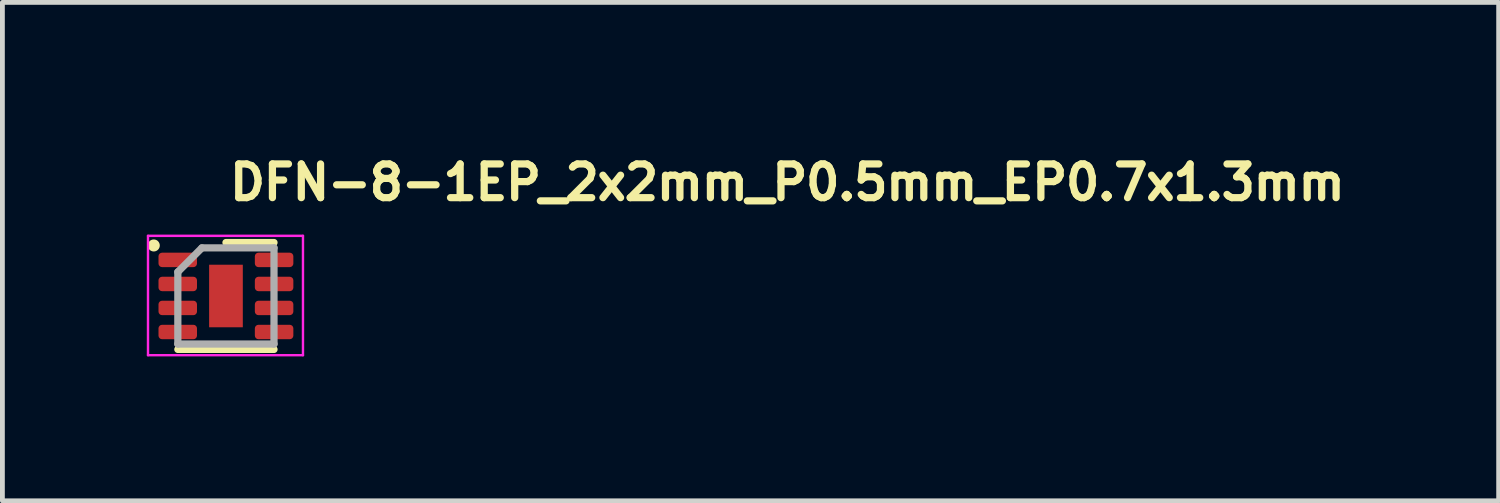
<source format=kicad_pcb>
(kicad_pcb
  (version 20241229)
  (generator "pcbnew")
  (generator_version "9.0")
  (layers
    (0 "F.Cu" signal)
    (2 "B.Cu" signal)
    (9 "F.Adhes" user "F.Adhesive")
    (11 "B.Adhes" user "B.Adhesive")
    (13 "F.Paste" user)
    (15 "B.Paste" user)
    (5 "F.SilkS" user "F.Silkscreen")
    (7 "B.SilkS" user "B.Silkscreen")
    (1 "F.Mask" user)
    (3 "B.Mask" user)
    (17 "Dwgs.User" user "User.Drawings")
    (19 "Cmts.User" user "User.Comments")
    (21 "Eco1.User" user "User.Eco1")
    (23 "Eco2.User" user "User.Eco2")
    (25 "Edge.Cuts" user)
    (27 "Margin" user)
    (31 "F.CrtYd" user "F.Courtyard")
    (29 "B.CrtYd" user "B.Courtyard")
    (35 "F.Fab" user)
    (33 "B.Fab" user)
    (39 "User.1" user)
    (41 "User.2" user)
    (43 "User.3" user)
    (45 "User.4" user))
  (footprint "DFN-8-1EP_2x2mm_P0.5mm_EP0.7x1.3mm"
    (layer "F.Cu")
    (at 1.645 3.1)
    (property "Reference" "DFN-8-1EP_2x2mm_P0.5mm_EP0.7x1.3mm" (at 0 -1.95 0) (layer "F.SilkS") (effects (font (size 0.7 0.7) (thickness 0.15)) (justify left bottom)))
    (attr smd)
    (fp_line (start -1 1.11) (end 0.998 1.11) (stroke (width 0.15) (type solid)) (layer "F.SilkS"))
    (fp_line (start 0 -1.111) (end 0.998 -1.111) (stroke (width 0.15) (type solid)) (layer "F.SilkS"))
    (fp_circle (center -1.5 -1.05) (end -1.45 -1.05) (stroke (width 0.15) (type solid)) (fill yes) (layer "F.SilkS"))
    (fp_line (start -1.62 -1.25) (end -1.62 1.23) (stroke (width 0.05) (type solid)) (layer "F.CrtYd"))
    (fp_line (start -1.62 1.23) (end 1.6 1.23) (stroke (width 0.05) (type solid)) (layer "F.CrtYd"))
    (fp_line (start 1.6 -1.25) (end -1.62 -1.25) (stroke (width 0.05) (type solid)) (layer "F.CrtYd"))
    (fp_line (start 1.6 1.23) (end 1.6 -1.25) (stroke (width 0.05) (type solid)) (layer "F.CrtYd"))
    (fp_line (start -1 -0.5) (end -0.5 -1) (stroke (width 0.15) (type solid)) (layer "F.Fab"))
    (fp_line (start -1 0.998) (end -1 -0.5) (stroke (width 0.15) (type solid)) (layer "F.Fab"))
    (fp_line (start -0.5 -1) (end 0.998 -1) (stroke (width 0.15) (type solid)) (layer "F.Fab"))
    (fp_line (start 0.998 -1) (end 0.998 0.998) (stroke (width 0.15) (type solid)) (layer "F.Fab"))
    (fp_line (start 0.998 0.998) (end -1 0.998) (stroke (width 0.15) (type solid)) (layer "F.Fab"))
    (fp_rect (start -1 -1) (end 0.998 0.998) (stroke (width 0.1) (type solid)) (fill no) (layer "User.5"))
    (fp_line (start -1 -1) (end -1 0.998) (stroke (width 0.02) (type solid)) (layer "User.9"))
    (fp_line (start -1 0.998) (end 0.998 0.998) (stroke (width 0.02) (type solid)) (layer "User.9"))
    (fp_line (start -0.927 -0.802) (end -0.926 -0.793) (stroke (width 0.02) (type solid)) (layer "User.9"))
    (fp_line (start -0.927 -0.802) (end -0.926 -0.793) (stroke (width 0.02) (type solid)) (layer "User.9"))
    (fp_line (start -0.926 -0.814) (end -0.926 -0.81) (stroke (width 0.02) (type solid)) (layer "User.9"))
    (fp_line (start -0.926 -0.814) (end -0.926 -0.81) (stroke (width 0.02) (type solid)) (layer "User.9"))
    (fp_line (start -0.926 -0.81) (end -0.926 -0.806) (stroke (width 0.02) (type solid)) (layer "User.9"))
    (fp_line (start -0.926 -0.81) (end -0.926 -0.806) (stroke (width 0.02) (type solid)) (layer "User.9"))
    (fp_line (start -0.926 -0.806) (end -0.927 -0.802) (stroke (width 0.02) (type solid)) (layer "User.9"))
    (fp_line (start -0.926 -0.806) (end -0.927 -0.802) (stroke (width 0.02) (type solid)) (layer "User.9"))
    (fp_line (start -0.926 -0.793) (end -0.925 -0.785) (stroke (width 0.02) (type solid)) (layer "User.9"))
    (fp_line (start -0.926 -0.793) (end -0.925 -0.785) (stroke (width 0.02) (type solid)) (layer "User.9"))
    (fp_line (start -0.925 -0.822) (end -0.925 -0.818) (stroke (width 0.02) (type solid)) (layer "User.9"))
    (fp_line (start -0.925 -0.822) (end -0.925 -0.818) (stroke (width 0.02) (type solid)) (layer "User.9"))
    (fp_line (start -0.925 -0.818) (end -0.926 -0.814) (stroke (width 0.02) (type solid)) (layer "User.9"))
    (fp_line (start -0.925 -0.818) (end -0.926 -0.814) (stroke (width 0.02) (type solid)) (layer "User.9"))
    (fp_line (start -0.925 -0.785) (end -0.924 -0.777) (stroke (width 0.02) (type solid)) (layer "User.9"))
    (fp_line (start -0.925 -0.785) (end -0.924 -0.777) (stroke (width 0.02) (type solid)) (layer "User.9"))
    (fp_line (start -0.924 -0.826) (end -0.925 -0.822) (stroke (width 0.02) (type solid)) (layer "User.9"))
    (fp_line (start -0.924 -0.826) (end -0.925 -0.822) (stroke (width 0.02) (type solid)) (layer "User.9"))
    (fp_line (start -0.924 -0.777) (end -0.922 -0.768) (stroke (width 0.02) (type solid)) (layer "User.9"))
    (fp_line (start -0.924 -0.777) (end -0.922 -0.768) (stroke (width 0.02) (type solid)) (layer "User.9"))
    (fp_line (start -0.923 -0.83) (end -0.924 -0.826) (stroke (width 0.02) (type solid)) (layer "User.9"))
    (fp_line (start -0.923 -0.83) (end -0.924 -0.826) (stroke (width 0.02) (type solid)) (layer "User.9"))
    (fp_line (start -0.922 -0.833) (end -0.923 -0.83) (stroke (width 0.02) (type solid)) (layer "User.9"))
    (fp_line (start -0.922 -0.833) (end -0.923 -0.83) (stroke (width 0.02) (type solid)) (layer "User.9"))
    (fp_line (start -0.922 -0.768) (end -0.92 -0.76) (stroke (width 0.02) (type solid)) (layer "User.9"))
    (fp_line (start -0.922 -0.768) (end -0.92 -0.76) (stroke (width 0.02) (type solid)) (layer "User.9"))
    (fp_line (start -0.921 -0.837) (end -0.922 -0.833) (stroke (width 0.02) (type solid)) (layer "User.9"))
    (fp_line (start -0.921 -0.837) (end -0.922 -0.833) (stroke (width 0.02) (type solid)) (layer "User.9"))
    (fp_line (start -0.92 -0.841) (end -0.921 -0.837) (stroke (width 0.02) (type solid)) (layer "User.9"))
    (fp_line (start -0.92 -0.841) (end -0.921 -0.837) (stroke (width 0.02) (type solid)) (layer "User.9"))
    (fp_line (start -0.92 -0.76) (end -0.917 -0.753) (stroke (width 0.02) (type solid)) (layer "User.9"))
    (fp_line (start -0.92 -0.76) (end -0.917 -0.753) (stroke (width 0.02) (type solid)) (layer "User.9"))
    (fp_line (start -0.918 -0.845) (end -0.92 -0.841) (stroke (width 0.02) (type solid)) (layer "User.9"))
    (fp_line (start -0.918 -0.845) (end -0.92 -0.841) (stroke (width 0.02) (type solid)) (layer "User.9"))
    (fp_line (start -0.917 -0.848) (end -0.918 -0.845) (stroke (width 0.02) (type solid)) (layer "User.9"))
    (fp_line (start -0.917 -0.848) (end -0.918 -0.845) (stroke (width 0.02) (type solid)) (layer "User.9"))
    (fp_line (start -0.917 -0.753) (end -0.914 -0.745) (stroke (width 0.02) (type solid)) (layer "User.9"))
    (fp_line (start -0.917 -0.753) (end -0.914 -0.745) (stroke (width 0.02) (type solid)) (layer "User.9"))
    (fp_line (start -0.915 -0.852) (end -0.917 -0.848) (stroke (width 0.02) (type solid)) (layer "User.9"))
    (fp_line (start -0.915 -0.852) (end -0.917 -0.848) (stroke (width 0.02) (type solid)) (layer "User.9"))
    (fp_line (start -0.914 -0.856) (end -0.915 -0.852) (stroke (width 0.02) (type solid)) (layer "User.9"))
    (fp_line (start -0.914 -0.856) (end -0.915 -0.852) (stroke (width 0.02) (type solid)) (layer "User.9"))
    (fp_line (start -0.914 -0.745) (end -0.91 -0.738) (stroke (width 0.02) (type solid)) (layer "User.9"))
    (fp_line (start -0.914 -0.745) (end -0.91 -0.738) (stroke (width 0.02) (type solid)) (layer "User.9"))
    (fp_line (start -0.912 -0.859) (end -0.914 -0.856) (stroke (width 0.02) (type solid)) (layer "User.9"))
    (fp_line (start -0.912 -0.859) (end -0.914 -0.856) (stroke (width 0.02) (type solid)) (layer "User.9"))
    (fp_line (start -0.91 -0.863) (end -0.912 -0.859) (stroke (width 0.02) (type solid)) (layer "User.9"))
    (fp_line (start -0.91 -0.863) (end -0.912 -0.859) (stroke (width 0.02) (type solid)) (layer "User.9"))
    (fp_line (start -0.91 -0.738) (end -0.905 -0.731) (stroke (width 0.02) (type solid)) (layer "User.9"))
    (fp_line (start -0.91 -0.738) (end -0.905 -0.731) (stroke (width 0.02) (type solid)) (layer "User.9"))
    (fp_line (start -0.908 -0.866) (end -0.91 -0.863) (stroke (width 0.02) (type solid)) (layer "User.9"))
    (fp_line (start -0.908 -0.866) (end -0.91 -0.863) (stroke (width 0.02) (type solid)) (layer "User.9"))
    (fp_line (start -0.905 -0.87) (end -0.908 -0.866) (stroke (width 0.02) (type solid)) (layer "User.9"))
    (fp_line (start -0.905 -0.87) (end -0.908 -0.866) (stroke (width 0.02) (type solid)) (layer "User.9"))
    (fp_line (start -0.905 -0.731) (end -0.901 -0.725) (stroke (width 0.02) (type solid)) (layer "User.9"))
    (fp_line (start -0.905 -0.731) (end -0.901 -0.725) (stroke (width 0.02) (type solid)) (layer "User.9"))
    (fp_line (start -0.903 -0.873) (end -0.905 -0.87) (stroke (width 0.02) (type solid)) (layer "User.9"))
    (fp_line (start -0.903 -0.873) (end -0.905 -0.87) (stroke (width 0.02) (type solid)) (layer "User.9"))
    (fp_line (start -0.901 -0.876) (end -0.903 -0.873) (stroke (width 0.02) (type solid)) (layer "User.9"))
    (fp_line (start -0.901 -0.876) (end -0.903 -0.873) (stroke (width 0.02) (type solid)) (layer "User.9"))
    (fp_line (start -0.901 -0.725) (end -0.895 -0.718) (stroke (width 0.02) (type solid)) (layer "User.9"))
    (fp_line (start -0.901 -0.725) (end -0.895 -0.718) (stroke (width 0.02) (type solid)) (layer "User.9"))
    (fp_line (start -0.898 -0.88) (end -0.901 -0.876) (stroke (width 0.02) (type solid)) (layer "User.9"))
    (fp_line (start -0.898 -0.88) (end -0.901 -0.876) (stroke (width 0.02) (type solid)) (layer "User.9"))
    (fp_line (start -0.895 -0.883) (end -0.898 -0.88) (stroke (width 0.02) (type solid)) (layer "User.9"))
    (fp_line (start -0.895 -0.883) (end -0.898 -0.88) (stroke (width 0.02) (type solid)) (layer "User.9"))
    (fp_line (start -0.895 -0.718) (end -0.889 -0.712) (stroke (width 0.02) (type solid)) (layer "User.9"))
    (fp_line (start -0.895 -0.718) (end -0.889 -0.712) (stroke (width 0.02) (type solid)) (layer "User.9"))
    (fp_line (start -0.892 -0.886) (end -0.895 -0.883) (stroke (width 0.02) (type solid)) (layer "User.9"))
    (fp_line (start -0.892 -0.886) (end -0.895 -0.883) (stroke (width 0.02) (type solid)) (layer "User.9"))
    (fp_line (start -0.889 -0.889) (end -0.892 -0.886) (stroke (width 0.02) (type solid)) (layer "User.9"))
    (fp_line (start -0.889 -0.889) (end -0.892 -0.886) (stroke (width 0.02) (type solid)) (layer "User.9"))
    (fp_line (start -0.889 -0.712) (end -0.883 -0.707) (stroke (width 0.02) (type solid)) (layer "User.9"))
    (fp_line (start -0.889 -0.712) (end -0.883 -0.707) (stroke (width 0.02) (type solid)) (layer "User.9"))
    (fp_line (start -0.886 -0.892) (end -0.889 -0.889) (stroke (width 0.02) (type solid)) (layer "User.9"))
    (fp_line (start -0.886 -0.892) (end -0.889 -0.889) (stroke (width 0.02) (type solid)) (layer "User.9"))
    (fp_line (start -0.883 -0.894) (end -0.886 -0.892) (stroke (width 0.02) (type solid)) (layer "User.9"))
    (fp_line (start -0.883 -0.894) (end -0.886 -0.892) (stroke (width 0.02) (type solid)) (layer "User.9"))
    (fp_line (start -0.883 -0.707) (end -0.877 -0.702) (stroke (width 0.02) (type solid)) (layer "User.9"))
    (fp_line (start -0.883 -0.707) (end -0.877 -0.702) (stroke (width 0.02) (type solid)) (layer "User.9"))
    (fp_line (start -0.88 -0.898) (end -0.883 -0.894) (stroke (width 0.02) (type solid)) (layer "User.9"))
    (fp_line (start -0.88 -0.898) (end -0.883 -0.894) (stroke (width 0.02) (type solid)) (layer "User.9"))
    (fp_line (start -0.877 -0.901) (end -0.88 -0.898) (stroke (width 0.02) (type solid)) (layer "User.9"))
    (fp_line (start -0.877 -0.901) (end -0.88 -0.898) (stroke (width 0.02) (type solid)) (layer "User.9"))
    (fp_line (start -0.877 -0.702) (end -0.87 -0.698) (stroke (width 0.02) (type solid)) (layer "User.9"))
    (fp_line (start -0.877 -0.702) (end -0.87 -0.698) (stroke (width 0.02) (type solid)) (layer "User.9"))
    (fp_line (start -0.873 -0.903) (end -0.877 -0.901) (stroke (width 0.02) (type solid)) (layer "User.9"))
    (fp_line (start -0.873 -0.903) (end -0.877 -0.901) (stroke (width 0.02) (type solid)) (layer "User.9"))
    (fp_line (start -0.87 -0.905) (end -0.873 -0.903) (stroke (width 0.02) (type solid)) (layer "User.9"))
    (fp_line (start -0.87 -0.905) (end -0.873 -0.903) (stroke (width 0.02) (type solid)) (layer "User.9"))
    (fp_line (start -0.87 -0.698) (end -0.863 -0.693) (stroke (width 0.02) (type solid)) (layer "User.9"))
    (fp_line (start -0.87 -0.698) (end -0.863 -0.693) (stroke (width 0.02) (type solid)) (layer "User.9"))
    (fp_line (start -0.867 -0.908) (end -0.87 -0.905) (stroke (width 0.02) (type solid)) (layer "User.9"))
    (fp_line (start -0.867 -0.908) (end -0.87 -0.905) (stroke (width 0.02) (type solid)) (layer "User.9"))
    (fp_line (start -0.863 -0.91) (end -0.867 -0.908) (stroke (width 0.02) (type solid)) (layer "User.9"))
    (fp_line (start -0.863 -0.91) (end -0.867 -0.908) (stroke (width 0.02) (type solid)) (layer "User.9"))
    (fp_line (start -0.863 -0.91) (end -0.863 -0.91) (stroke (width 0.02) (type solid)) (layer "User.9"))
    (fp_line (start -0.863 -0.91) (end -0.863 -0.91) (stroke (width 0.02) (type solid)) (layer "User.9"))
    (fp_line (start -0.863 -0.693) (end -0.863 -0.693) (stroke (width 0.02) (type solid)) (layer "User.9"))
    (fp_line (start -0.863 -0.693) (end -0.863 -0.693) (stroke (width 0.02) (type solid)) (layer "User.9"))
    (fp_line (start -0.863 -0.693) (end -0.856 -0.689) (stroke (width 0.02) (type solid)) (layer "User.9"))
    (fp_line (start -0.863 -0.693) (end -0.856 -0.689) (stroke (width 0.02) (type solid)) (layer "User.9"))
    (fp_line (start -0.856 -0.914) (end -0.863 -0.91) (stroke (width 0.02) (type solid)) (layer "User.9"))
    (fp_line (start -0.856 -0.914) (end -0.863 -0.91) (stroke (width 0.02) (type solid)) (layer "User.9"))
    (fp_line (start -0.856 -0.689) (end -0.848 -0.686) (stroke (width 0.02) (type solid)) (layer "User.9"))
    (fp_line (start -0.856 -0.689) (end -0.848 -0.686) (stroke (width 0.02) (type solid)) (layer "User.9"))
    (fp_line (start -0.848 -0.917) (end -0.856 -0.914) (stroke (width 0.02) (type solid)) (layer "User.9"))
    (fp_line (start -0.848 -0.917) (end -0.856 -0.914) (stroke (width 0.02) (type solid)) (layer "User.9"))
    (fp_line (start -0.848 -0.686) (end -0.84 -0.683) (stroke (width 0.02) (type solid)) (layer "User.9"))
    (fp_line (start -0.848 -0.686) (end -0.84 -0.683) (stroke (width 0.02) (type solid)) (layer "User.9"))
    (fp_line (start -0.84 -0.92) (end -0.848 -0.917) (stroke (width 0.02) (type solid)) (layer "User.9"))
    (fp_line (start -0.84 -0.92) (end -0.848 -0.917) (stroke (width 0.02) (type solid)) (layer "User.9"))
    (fp_line (start -0.84 -0.683) (end -0.833 -0.681) (stroke (width 0.02) (type solid)) (layer "User.9"))
    (fp_line (start -0.84 -0.683) (end -0.833 -0.681) (stroke (width 0.02) (type solid)) (layer "User.9"))
    (fp_line (start -0.833 -0.922) (end -0.84 -0.92) (stroke (width 0.02) (type solid)) (layer "User.9"))
    (fp_line (start -0.833 -0.922) (end -0.84 -0.92) (stroke (width 0.02) (type solid)) (layer "User.9"))
    (fp_line (start -0.833 -0.681) (end -0.826 -0.679) (stroke (width 0.02) (type solid)) (layer "User.9"))
    (fp_line (start -0.833 -0.681) (end -0.826 -0.679) (stroke (width 0.02) (type solid)) (layer "User.9"))
    (fp_line (start -0.826 -0.924) (end -0.833 -0.922) (stroke (width 0.02) (type solid)) (layer "User.9"))
    (fp_line (start -0.826 -0.924) (end -0.833 -0.922) (stroke (width 0.02) (type solid)) (layer "User.9"))
    (fp_line (start -0.826 -0.679) (end -0.818 -0.678) (stroke (width 0.02) (type solid)) (layer "User.9"))
    (fp_line (start -0.826 -0.679) (end -0.818 -0.678) (stroke (width 0.02) (type solid)) (layer "User.9"))
    (fp_line (start -0.818 -0.925) (end -0.826 -0.924) (stroke (width 0.02) (type solid)) (layer "User.9"))
    (fp_line (start -0.818 -0.925) (end -0.826 -0.924) (stroke (width 0.02) (type solid)) (layer "User.9"))
    (fp_line (start -0.818 -0.678) (end -0.81 -0.677) (stroke (width 0.02) (type solid)) (layer "User.9"))
    (fp_line (start -0.818 -0.678) (end -0.81 -0.677) (stroke (width 0.02) (type solid)) (layer "User.9"))
    (fp_line (start -0.81 -0.926) (end -0.818 -0.925) (stroke (width 0.02) (type solid)) (layer "User.9"))
    (fp_line (start -0.81 -0.926) (end -0.818 -0.925) (stroke (width 0.02) (type solid)) (layer "User.9"))
    (fp_line (start -0.81 -0.677) (end -0.802 -0.677) (stroke (width 0.02) (type solid)) (layer "User.9"))
    (fp_line (start -0.81 -0.677) (end -0.802 -0.677) (stroke (width 0.02) (type solid)) (layer "User.9"))
    (fp_line (start -0.802 -0.927) (end -0.81 -0.926) (stroke (width 0.02) (type solid)) (layer "User.9"))
    (fp_line (start -0.802 -0.927) (end -0.81 -0.926) (stroke (width 0.02) (type solid)) (layer "User.9"))
    (fp_line (start -0.802 -0.677) (end -0.793 -0.677) (stroke (width 0.02) (type solid)) (layer "User.9"))
    (fp_line (start -0.802 -0.677) (end -0.793 -0.677) (stroke (width 0.02) (type solid)) (layer "User.9"))
    (fp_line (start -0.793 -0.926) (end -0.802 -0.927) (stroke (width 0.02) (type solid)) (layer "User.9"))
    (fp_line (start -0.793 -0.926) (end -0.802 -0.927) (stroke (width 0.02) (type solid)) (layer "User.9"))
    (fp_line (start -0.793 -0.677) (end -0.785 -0.678) (stroke (width 0.02) (type solid)) (layer "User.9"))
    (fp_line (start -0.793 -0.677) (end -0.785 -0.678) (stroke (width 0.02) (type solid)) (layer "User.9"))
    (fp_line (start -0.785 -0.925) (end -0.793 -0.926) (stroke (width 0.02) (type solid)) (layer "User.9"))
    (fp_line (start -0.785 -0.925) (end -0.793 -0.926) (stroke (width 0.02) (type solid)) (layer "User.9"))
    (fp_line (start -0.785 -0.678) (end -0.777 -0.679) (stroke (width 0.02) (type solid)) (layer "User.9"))
    (fp_line (start -0.785 -0.678) (end -0.777 -0.679) (stroke (width 0.02) (type solid)) (layer "User.9"))
    (fp_line (start -0.777 -0.924) (end -0.785 -0.925) (stroke (width 0.02) (type solid)) (layer "User.9"))
    (fp_line (start -0.777 -0.924) (end -0.785 -0.925) (stroke (width 0.02) (type solid)) (layer "User.9"))
    (fp_line (start -0.777 -0.679) (end -0.768 -0.681) (stroke (width 0.02) (type solid)) (layer "User.9"))
    (fp_line (start -0.777 -0.679) (end -0.768 -0.681) (stroke (width 0.02) (type solid)) (layer "User.9"))
    (fp_line (start -0.768 -0.922) (end -0.777 -0.924) (stroke (width 0.02) (type solid)) (layer "User.9"))
    (fp_line (start -0.768 -0.922) (end -0.777 -0.924) (stroke (width 0.02) (type solid)) (layer "User.9"))
    (fp_line (start -0.768 -0.681) (end -0.761 -0.683) (stroke (width 0.02) (type solid)) (layer "User.9"))
    (fp_line (start -0.768 -0.681) (end -0.761 -0.683) (stroke (width 0.02) (type solid)) (layer "User.9"))
    (fp_line (start -0.761 -0.92) (end -0.768 -0.922) (stroke (width 0.02) (type solid)) (layer "User.9"))
    (fp_line (start -0.761 -0.92) (end -0.768 -0.922) (stroke (width 0.02) (type solid)) (layer "User.9"))
    (fp_line (start -0.761 -0.683) (end -0.753 -0.686) (stroke (width 0.02) (type solid)) (layer "User.9"))
    (fp_line (start -0.761 -0.683) (end -0.753 -0.686) (stroke (width 0.02) (type solid)) (layer "User.9"))
    (fp_line (start -0.753 -0.917) (end -0.761 -0.92) (stroke (width 0.02) (type solid)) (layer "User.9"))
    (fp_line (start -0.753 -0.917) (end -0.761 -0.92) (stroke (width 0.02) (type solid)) (layer "User.9"))
    (fp_line (start -0.753 -0.686) (end -0.745 -0.689) (stroke (width 0.02) (type solid)) (layer "User.9"))
    (fp_line (start -0.753 -0.686) (end -0.745 -0.689) (stroke (width 0.02) (type solid)) (layer "User.9"))
    (fp_line (start -0.745 -0.914) (end -0.753 -0.917) (stroke (width 0.02) (type solid)) (layer "User.9"))
    (fp_line (start -0.745 -0.914) (end -0.753 -0.917) (stroke (width 0.02) (type solid)) (layer "User.9"))
    (fp_line (start -0.745 -0.689) (end -0.738 -0.693) (stroke (width 0.02) (type solid)) (layer "User.9"))
    (fp_line (start -0.745 -0.689) (end -0.738 -0.693) (stroke (width 0.02) (type solid)) (layer "User.9"))
    (fp_line (start -0.738 -0.91) (end -0.745 -0.914) (stroke (width 0.02) (type solid)) (layer "User.9"))
    (fp_line (start -0.738 -0.91) (end -0.745 -0.914) (stroke (width 0.02) (type solid)) (layer "User.9"))
    (fp_line (start -0.738 -0.91) (end -0.738 -0.91) (stroke (width 0.02) (type solid)) (layer "User.9"))
    (fp_line (start -0.738 -0.91) (end -0.738 -0.91) (stroke (width 0.02) (type solid)) (layer "User.9"))
    (fp_line (start -0.738 -0.693) (end -0.738 -0.693) (stroke (width 0.02) (type solid)) (layer "User.9"))
    (fp_line (start -0.738 -0.693) (end -0.738 -0.693) (stroke (width 0.02) (type solid)) (layer "User.9"))
    (fp_line (start -0.738 -0.693) (end -0.734 -0.695) (stroke (width 0.02) (type solid)) (layer "User.9"))
    (fp_line (start -0.738 -0.693) (end -0.734 -0.695) (stroke (width 0.02) (type solid)) (layer "User.9"))
    (fp_line (start -0.734 -0.695) (end -0.731 -0.698) (stroke (width 0.02) (type solid)) (layer "User.9"))
    (fp_line (start -0.734 -0.695) (end -0.731 -0.698) (stroke (width 0.02) (type solid)) (layer "User.9"))
    (fp_line (start -0.731 -0.905) (end -0.738 -0.91) (stroke (width 0.02) (type solid)) (layer "User.9"))
    (fp_line (start -0.731 -0.905) (end -0.738 -0.91) (stroke (width 0.02) (type solid)) (layer "User.9"))
    (fp_line (start -0.731 -0.698) (end -0.728 -0.7) (stroke (width 0.02) (type solid)) (layer "User.9"))
    (fp_line (start -0.731 -0.698) (end -0.728 -0.7) (stroke (width 0.02) (type solid)) (layer "User.9"))
    (fp_line (start -0.728 -0.7) (end -0.724 -0.702) (stroke (width 0.02) (type solid)) (layer "User.9"))
    (fp_line (start -0.728 -0.7) (end -0.724 -0.702) (stroke (width 0.02) (type solid)) (layer "User.9"))
    (fp_line (start -0.724 -0.901) (end -0.731 -0.905) (stroke (width 0.02) (type solid)) (layer "User.9"))
    (fp_line (start -0.724 -0.901) (end -0.731 -0.905) (stroke (width 0.02) (type solid)) (layer "User.9"))
    (fp_line (start -0.724 -0.702) (end -0.721 -0.704) (stroke (width 0.02) (type solid)) (layer "User.9"))
    (fp_line (start -0.724 -0.702) (end -0.721 -0.704) (stroke (width 0.02) (type solid)) (layer "User.9"))
    (fp_line (start -0.721 -0.704) (end -0.718 -0.707) (stroke (width 0.02) (type solid)) (layer "User.9"))
    (fp_line (start -0.721 -0.704) (end -0.718 -0.707) (stroke (width 0.02) (type solid)) (layer "User.9"))
    (fp_line (start -0.718 -0.894) (end -0.724 -0.901) (stroke (width 0.02) (type solid)) (layer "User.9"))
    (fp_line (start -0.718 -0.894) (end -0.724 -0.901) (stroke (width 0.02) (type solid)) (layer "User.9"))
    (fp_line (start -0.718 -0.707) (end -0.715 -0.709) (stroke (width 0.02) (type solid)) (layer "User.9"))
    (fp_line (start -0.718 -0.707) (end -0.715 -0.709) (stroke (width 0.02) (type solid)) (layer "User.9"))
    (fp_line (start -0.715 -0.709) (end -0.712 -0.712) (stroke (width 0.02) (type solid)) (layer "User.9"))
    (fp_line (start -0.715 -0.709) (end -0.712 -0.712) (stroke (width 0.02) (type solid)) (layer "User.9"))
    (fp_line (start -0.712 -0.889) (end -0.718 -0.894) (stroke (width 0.02) (type solid)) (layer "User.9"))
    (fp_line (start -0.712 -0.889) (end -0.718 -0.894) (stroke (width 0.02) (type solid)) (layer "User.9"))
    (fp_line (start -0.712 -0.712) (end -0.709 -0.715) (stroke (width 0.02) (type solid)) (layer "User.9"))
    (fp_line (start -0.712 -0.712) (end -0.709 -0.715) (stroke (width 0.02) (type solid)) (layer "User.9"))
    (fp_line (start -0.709 -0.715) (end -0.706 -0.718) (stroke (width 0.02) (type solid)) (layer "User.9"))
    (fp_line (start -0.709 -0.715) (end -0.706 -0.718) (stroke (width 0.02) (type solid)) (layer "User.9"))
    (fp_line (start -0.706 -0.883) (end -0.712 -0.889) (stroke (width 0.02) (type solid)) (layer "User.9"))
    (fp_line (start -0.706 -0.883) (end -0.712 -0.889) (stroke (width 0.02) (type solid)) (layer "User.9"))
    (fp_line (start -0.706 -0.718) (end -0.704 -0.721) (stroke (width 0.02) (type solid)) (layer "User.9"))
    (fp_line (start -0.706 -0.718) (end -0.704 -0.721) (stroke (width 0.02) (type solid)) (layer "User.9"))
    (fp_line (start -0.704 -0.721) (end -0.702 -0.725) (stroke (width 0.02) (type solid)) (layer "User.9"))
    (fp_line (start -0.704 -0.721) (end -0.702 -0.725) (stroke (width 0.02) (type solid)) (layer "User.9"))
    (fp_line (start -0.702 -0.876) (end -0.706 -0.883) (stroke (width 0.02) (type solid)) (layer "User.9"))
    (fp_line (start -0.702 -0.876) (end -0.706 -0.883) (stroke (width 0.02) (type solid)) (layer "User.9"))
    (fp_line (start -0.702 -0.725) (end -0.7 -0.728) (stroke (width 0.02) (type solid)) (layer "User.9"))
    (fp_line (start -0.702 -0.725) (end -0.7 -0.728) (stroke (width 0.02) (type solid)) (layer "User.9"))
    (fp_line (start -0.7 -0.728) (end -0.698 -0.731) (stroke (width 0.02) (type solid)) (layer "User.9"))
    (fp_line (start -0.7 -0.728) (end -0.698 -0.731) (stroke (width 0.02) (type solid)) (layer "User.9"))
    (fp_line (start -0.698 -0.87) (end -0.702 -0.876) (stroke (width 0.02) (type solid)) (layer "User.9"))
    (fp_line (start -0.698 -0.87) (end -0.702 -0.876) (stroke (width 0.02) (type solid)) (layer "User.9"))
    (fp_line (start -0.698 -0.731) (end -0.695 -0.735) (stroke (width 0.02) (type solid)) (layer "User.9"))
    (fp_line (start -0.698 -0.731) (end -0.695 -0.735) (stroke (width 0.02) (type solid)) (layer "User.9"))
    (fp_line (start -0.695 -0.735) (end -0.693 -0.738) (stroke (width 0.02) (type solid)) (layer "User.9"))
    (fp_line (start -0.695 -0.735) (end -0.693 -0.738) (stroke (width 0.02) (type solid)) (layer "User.9"))
    (fp_line (start -0.693 -0.863) (end -0.698 -0.87) (stroke (width 0.02) (type solid)) (layer "User.9"))
    (fp_line (start -0.693 -0.863) (end -0.698 -0.87) (stroke (width 0.02) (type solid)) (layer "User.9"))
    (fp_line (start -0.693 -0.738) (end -0.691 -0.742) (stroke (width 0.02) (type solid)) (layer "User.9"))
    (fp_line (start -0.693 -0.738) (end -0.691 -0.742) (stroke (width 0.02) (type solid)) (layer "User.9"))
    (fp_line (start -0.691 -0.742) (end -0.689 -0.745) (stroke (width 0.02) (type solid)) (layer "User.9"))
    (fp_line (start -0.691 -0.742) (end -0.689 -0.745) (stroke (width 0.02) (type solid)) (layer "User.9"))
    (fp_line (start -0.689 -0.856) (end -0.693 -0.863) (stroke (width 0.02) (type solid)) (layer "User.9"))
    (fp_line (start -0.689 -0.856) (end -0.693 -0.863) (stroke (width 0.02) (type solid)) (layer "User.9"))
    (fp_line (start -0.689 -0.745) (end -0.688 -0.749) (stroke (width 0.02) (type solid)) (layer "User.9"))
    (fp_line (start -0.689 -0.745) (end -0.688 -0.749) (stroke (width 0.02) (type solid)) (layer "User.9"))
    (fp_line (start -0.688 -0.749) (end -0.686 -0.753) (stroke (width 0.02) (type solid)) (layer "User.9"))
    (fp_line (start -0.688 -0.749) (end -0.686 -0.753) (stroke (width 0.02) (type solid)) (layer "User.9"))
    (fp_line (start -0.686 -0.848) (end -0.689 -0.856) (stroke (width 0.02) (type solid)) (layer "User.9"))
    (fp_line (start -0.686 -0.848) (end -0.689 -0.856) (stroke (width 0.02) (type solid)) (layer "User.9"))
    (fp_line (start -0.686 -0.753) (end -0.685 -0.756) (stroke (width 0.02) (type solid)) (layer "User.9"))
    (fp_line (start -0.686 -0.753) (end -0.685 -0.756) (stroke (width 0.02) (type solid)) (layer "User.9"))
    (fp_line (start -0.685 -0.756) (end -0.683 -0.76) (stroke (width 0.02) (type solid)) (layer "User.9"))
    (fp_line (start -0.685 -0.756) (end -0.683 -0.76) (stroke (width 0.02) (type solid)) (layer "User.9"))
    (fp_line (start -0.683 -0.841) (end -0.686 -0.848) (stroke (width 0.02) (type solid)) (layer "User.9"))
    (fp_line (start -0.683 -0.841) (end -0.686 -0.848) (stroke (width 0.02) (type solid)) (layer "User.9"))
    (fp_line (start -0.683 -0.76) (end -0.682 -0.764) (stroke (width 0.02) (type solid)) (layer "User.9"))
    (fp_line (start -0.683 -0.76) (end -0.682 -0.764) (stroke (width 0.02) (type solid)) (layer "User.9"))
    (fp_line (start -0.682 -0.764) (end -0.681 -0.768) (stroke (width 0.02) (type solid)) (layer "User.9"))
    (fp_line (start -0.682 -0.764) (end -0.681 -0.768) (stroke (width 0.02) (type solid)) (layer "User.9"))
    (fp_line (start -0.681 -0.833) (end -0.683 -0.841) (stroke (width 0.02) (type solid)) (layer "User.9"))
    (fp_line (start -0.681 -0.833) (end -0.683 -0.841) (stroke (width 0.02) (type solid)) (layer "User.9"))
    (fp_line (start -0.681 -0.768) (end -0.68 -0.773) (stroke (width 0.02) (type solid)) (layer "User.9"))
    (fp_line (start -0.681 -0.768) (end -0.68 -0.773) (stroke (width 0.02) (type solid)) (layer "User.9"))
    (fp_line (start -0.68 -0.773) (end -0.679 -0.777) (stroke (width 0.02) (type solid)) (layer "User.9"))
    (fp_line (start -0.68 -0.773) (end -0.679 -0.777) (stroke (width 0.02) (type solid)) (layer "User.9"))
    (fp_line (start -0.679 -0.826) (end -0.681 -0.833) (stroke (width 0.02) (type solid)) (layer "User.9"))
    (fp_line (start -0.679 -0.826) (end -0.681 -0.833) (stroke (width 0.02) (type solid)) (layer "User.9"))
    (fp_line (start -0.679 -0.777) (end -0.678 -0.781) (stroke (width 0.02) (type solid)) (layer "User.9"))
    (fp_line (start -0.679 -0.777) (end -0.678 -0.781) (stroke (width 0.02) (type solid)) (layer "User.9"))
    (fp_line (start -0.678 -0.818) (end -0.679 -0.826) (stroke (width 0.02) (type solid)) (layer "User.9"))
    (fp_line (start -0.678 -0.818) (end -0.679 -0.826) (stroke (width 0.02) (type solid)) (layer "User.9"))
    (fp_line (start -0.678 -0.785) (end -0.677 -0.789) (stroke (width 0.02) (type solid)) (layer "User.9"))
    (fp_line (start -0.678 -0.785) (end -0.677 -0.789) (stroke (width 0.02) (type solid)) (layer "User.9"))
    (fp_line (start -0.678 -0.781) (end -0.678 -0.785) (stroke (width 0.02) (type solid)) (layer "User.9"))
    (fp_line (start -0.678 -0.781) (end -0.678 -0.785) (stroke (width 0.02) (type solid)) (layer "User.9"))
    (fp_line (start -0.677 -0.81) (end -0.678 -0.818) (stroke (width 0.02) (type solid)) (layer "User.9"))
    (fp_line (start -0.677 -0.81) (end -0.678 -0.818) (stroke (width 0.02) (type solid)) (layer "User.9"))
    (fp_line (start -0.677 -0.802) (end -0.677 -0.81) (stroke (width 0.02) (type solid)) (layer "User.9"))
    (fp_line (start -0.677 -0.802) (end -0.677 -0.81) (stroke (width 0.02) (type solid)) (layer "User.9"))
    (fp_line (start -0.677 -0.797) (end -0.677 -0.802) (stroke (width 0.02) (type solid)) (layer "User.9"))
    (fp_line (start -0.677 -0.797) (end -0.677 -0.802) (stroke (width 0.02) (type solid)) (layer "User.9"))
    (fp_line (start -0.677 -0.793) (end -0.677 -0.797) (stroke (width 0.02) (type solid)) (layer "User.9"))
    (fp_line (start -0.677 -0.793) (end -0.677 -0.797) (stroke (width 0.02) (type solid)) (layer "User.9"))
    (fp_line (start -0.677 -0.789) (end -0.677 -0.793) (stroke (width 0.02) (type solid)) (layer "User.9"))
    (fp_line (start -0.677 -0.789) (end -0.677 -0.793) (stroke (width 0.02) (type solid)) (layer "User.9"))
    (fp_line (start 0.998 -1) (end -1 -1) (stroke (width 0.02) (type solid)) (layer "User.9"))
    (fp_line (start 0.998 0.998) (end 0.998 -1) (stroke (width 0.02) (type solid)) (layer "User.9"))
    (pad "1" smd roundrect (at -1.002 -0.75) (size 0.8 0.3) (layers "F.Cu" "F.Mask" "F.Paste") (roundrect_rratio 0.25))
    (pad "2" smd roundrect (at -1.002 -0.25) (size 0.8 0.3) (layers "F.Cu" "F.Mask" "F.Paste") (roundrect_rratio 0.25))
    (pad "3" smd roundrect (at -1.002 0.248) (size 0.8 0.3) (layers "F.Cu" "F.Mask" "F.Paste") (roundrect_rratio 0.25))
    (pad "4" smd roundrect (at -1.002 0.748) (size 0.8 0.3) (layers "F.Cu" "F.Mask" "F.Paste") (roundrect_rratio 0.25))
    (pad "5" smd roundrect (at 1 0.748) (size 0.8 0.3) (layers "F.Cu" "F.Mask" "F.Paste") (roundrect_rratio 0.25))
    (pad "6" smd roundrect (at 1 0.248) (size 0.8 0.3) (layers "F.Cu" "F.Mask" "F.Paste") (roundrect_rratio 0.25))
    (pad "7" smd roundrect (at 1 -0.25) (size 0.8 0.3) (layers "F.Cu" "F.Mask" "F.Paste") (roundrect_rratio 0.25))
    (pad "8" smd roundrect (at 1 -0.75) (size 0.8 0.3) (layers "F.Cu" "F.Mask" "F.Paste") (roundrect_rratio 0.25))
    (pad "9" smd rect (at 0 0) (size 0.7 1.3) (layers "F.Cu" "F.Mask")))
  (gr_rect
    (start -3 -3)
    (end 28.088 7.355)
    (stroke (width 0.1) (type default))
    (fill no)
    (layer "Edge.Cuts")))
</source>
